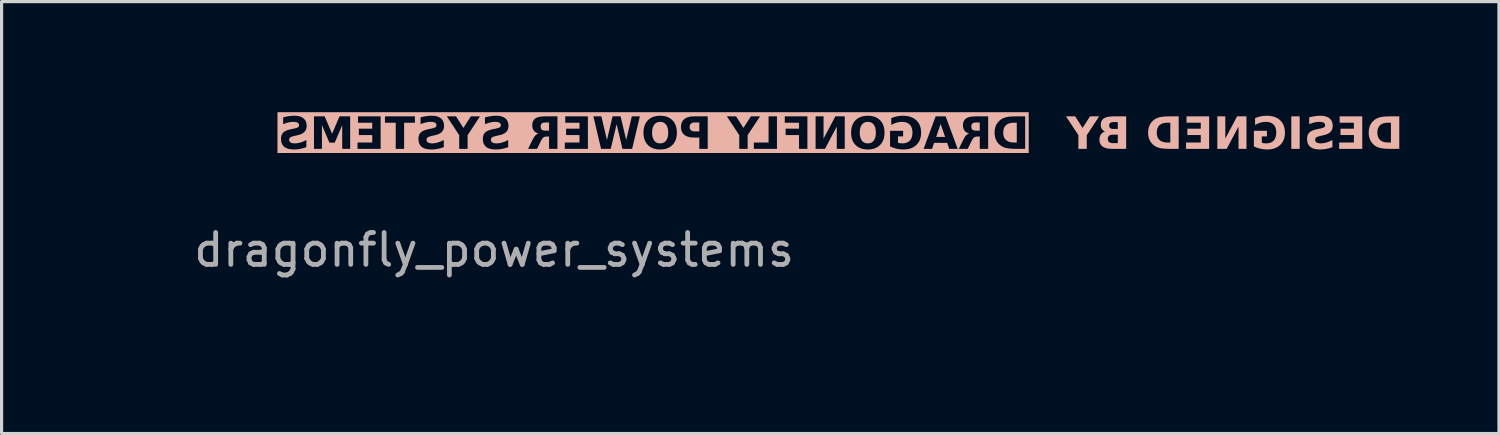
<source format=kicad_pcb>
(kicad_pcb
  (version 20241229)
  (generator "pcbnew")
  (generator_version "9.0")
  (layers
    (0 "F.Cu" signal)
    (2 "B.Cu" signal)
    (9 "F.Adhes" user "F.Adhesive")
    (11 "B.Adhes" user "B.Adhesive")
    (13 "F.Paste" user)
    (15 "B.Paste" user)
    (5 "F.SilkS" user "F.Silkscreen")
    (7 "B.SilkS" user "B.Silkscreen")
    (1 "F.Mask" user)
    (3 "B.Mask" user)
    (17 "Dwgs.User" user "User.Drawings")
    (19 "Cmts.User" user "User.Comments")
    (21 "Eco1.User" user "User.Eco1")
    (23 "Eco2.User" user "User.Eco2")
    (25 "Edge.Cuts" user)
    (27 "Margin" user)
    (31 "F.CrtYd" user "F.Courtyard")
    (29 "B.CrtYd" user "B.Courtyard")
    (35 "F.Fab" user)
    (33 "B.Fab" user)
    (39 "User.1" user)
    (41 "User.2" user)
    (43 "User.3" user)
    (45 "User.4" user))
  (footprint "dragonfly_power_systems"
    (layer "F.Cu")
    (at 5.455 1.791)
    (property "Reference" "dragonfly_power_systems" (at 4 5 0) (unlocked yes) (layer "User.1") (effects (font (size 1 1) (thickness 0.1))))
    (attr smd)
    (fp_text user "\nDRAGONFLY POWER SYSTEMS" (at 12 0 0) (layer "B.SilkS" knockout) (effects (font (face "Verdana") (size 1 1) (thickness 0.203) (bold yes)) (justify bottom mirror)))
    (fp_text user "DESIGNED BY " (at 30 0 0) (layer "B.SilkS") (effects (font (face "Verdana") (size 1 1) (thickness 0.203) (bold yes)) (justify bottom mirror)))
    (fp_text user "${REFERENCE}" (at 7 3 0) (unlocked yes) (layer "F.Fab") (effects (font (size 1 1) (thickness 0.15)))))
  (gr_rect
    (start -3 -3)
    (end 43.984 10.552)
    (stroke (width 0.1) (type default))
    (fill no)
    (layer "Edge.Cuts")))
</source>
